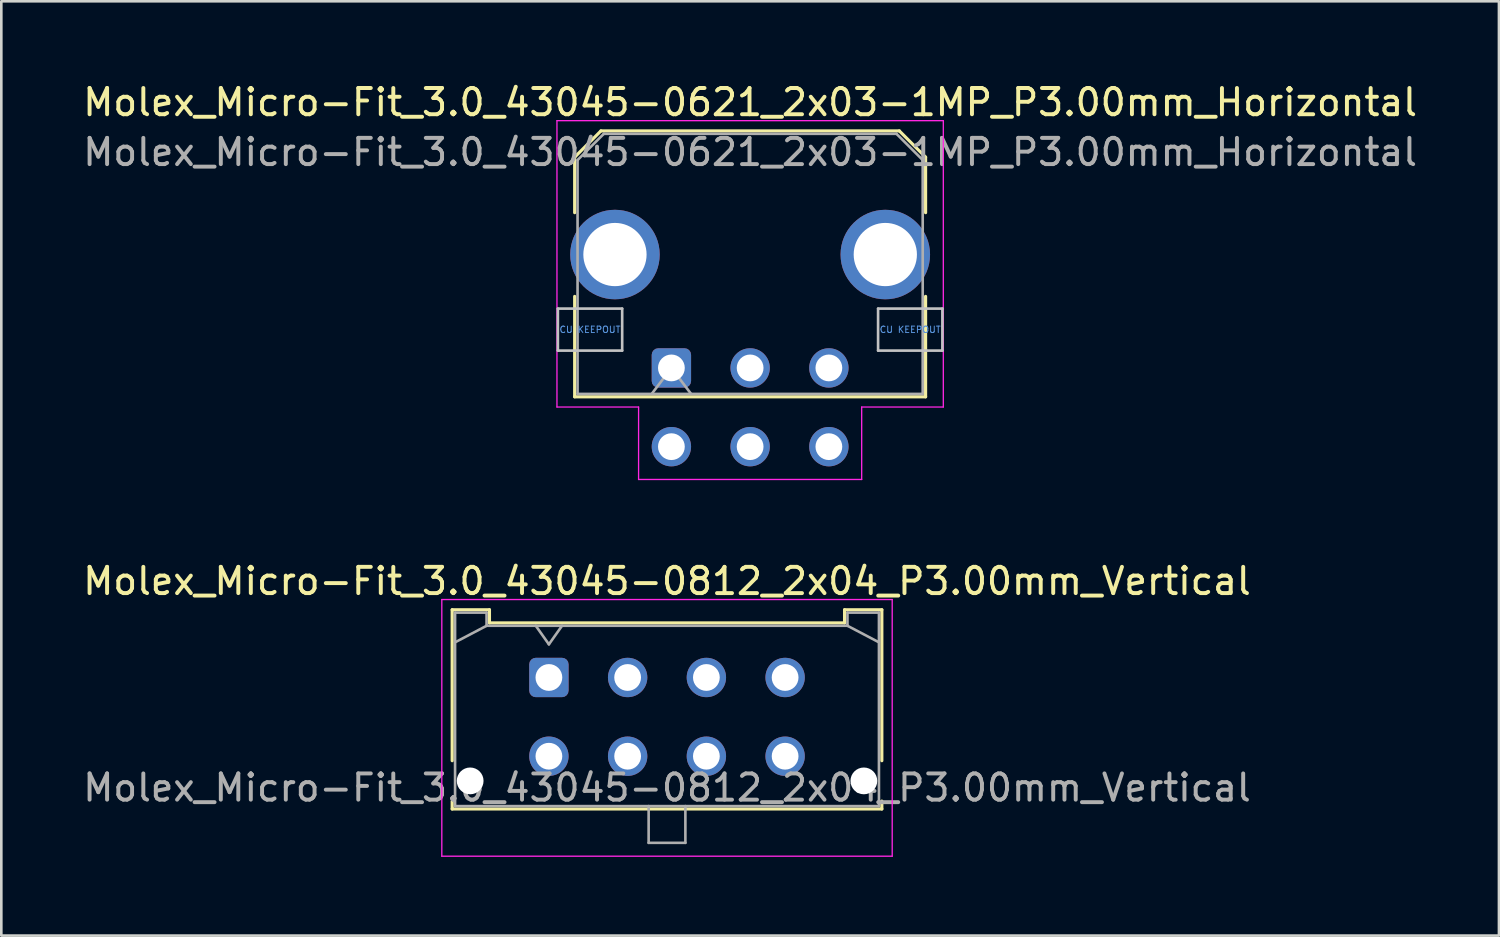
<source format=kicad_pcb>
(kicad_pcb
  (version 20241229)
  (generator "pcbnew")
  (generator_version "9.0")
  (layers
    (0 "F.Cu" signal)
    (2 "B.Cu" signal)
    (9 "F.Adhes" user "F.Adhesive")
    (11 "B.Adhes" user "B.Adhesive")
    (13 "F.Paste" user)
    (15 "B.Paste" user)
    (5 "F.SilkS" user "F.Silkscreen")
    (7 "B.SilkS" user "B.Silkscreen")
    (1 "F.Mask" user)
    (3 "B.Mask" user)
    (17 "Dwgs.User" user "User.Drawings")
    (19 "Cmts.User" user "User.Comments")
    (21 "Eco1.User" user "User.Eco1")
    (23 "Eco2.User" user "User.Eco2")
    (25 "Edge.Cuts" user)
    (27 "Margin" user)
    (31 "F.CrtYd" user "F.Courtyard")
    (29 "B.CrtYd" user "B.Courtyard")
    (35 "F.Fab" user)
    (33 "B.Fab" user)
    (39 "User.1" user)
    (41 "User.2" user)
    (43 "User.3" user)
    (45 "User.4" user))
  (footprint "Molex_Micro-Fit_3.0_43045-0621_2x03-1MP_P3.00mm_Horizontal"
    (layer "F.Cu")
    (at 22.53 10.968)
    (property "Reference" "Molex_Micro-Fit_3.0_43045-0621_2x03-1MP_P3.00mm_Horizontal" (at 3 -10.12 0) (layer "F.SilkS") (effects (font (size 1 1) (thickness 0.15))))
    (attr through_hole)
    (fp_line (start -3.685 -8.03) (end -2.685 -9.03) (stroke (width 0.12) (type solid)) (layer "F.SilkS"))
    (fp_line (start -3.685 -5.915) (end -3.685 -8.03) (stroke (width 0.12) (type solid)) (layer "F.SilkS"))
    (fp_line (start -3.685 -2.725) (end -3.685 1.1) (stroke (width 0.12) (type solid)) (layer "F.SilkS"))
    (fp_line (start -3.685 1.1) (end 9.685 1.1) (stroke (width 0.12) (type solid)) (layer "F.SilkS"))
    (fp_line (start -2.685 -9.03) (end 8.685 -9.03) (stroke (width 0.12) (type solid)) (layer "F.SilkS"))
    (fp_line (start 8.685 -9.03) (end 9.685 -8.03) (stroke (width 0.12) (type solid)) (layer "F.SilkS"))
    (fp_line (start 9.685 -8.03) (end 9.685 -5.915) (stroke (width 0.12) (type solid)) (layer "F.SilkS"))
    (fp_line (start 9.685 1.1) (end 9.685 -2.725) (stroke (width 0.12) (type solid)) (layer "F.SilkS"))
    (fp_line (start -4.325 -2.26) (end -4.325 -0.66) (stroke (width 0.1) (type solid)) (layer "Dwgs.User"))
    (fp_line (start -4.325 -0.66) (end -1.875 -0.66) (stroke (width 0.1) (type solid)) (layer "Dwgs.User"))
    (fp_line (start -1.875 -2.26) (end -4.325 -2.26) (stroke (width 0.1) (type solid)) (layer "Dwgs.User"))
    (fp_line (start -1.875 -0.66) (end -1.875 -2.26) (stroke (width 0.1) (type solid)) (layer "Dwgs.User"))
    (fp_line (start 7.875 -2.26) (end 7.875 -0.66) (stroke (width 0.1) (type solid)) (layer "Dwgs.User"))
    (fp_line (start 7.875 -0.66) (end 10.325 -0.66) (stroke (width 0.1) (type solid)) (layer "Dwgs.User"))
    (fp_line (start 10.325 -2.26) (end 7.875 -2.26) (stroke (width 0.1) (type solid)) (layer "Dwgs.User"))
    (fp_line (start 10.325 -0.66) (end 10.325 -2.26) (stroke (width 0.1) (type solid)) (layer "Dwgs.User"))
    (fp_line (start -4.36 -9.42) (end 10.36 -9.42) (stroke (width 0.05) (type solid)) (layer "F.CrtYd"))
    (fp_line (start -4.36 1.49) (end -4.36 -9.42) (stroke (width 0.05) (type solid)) (layer "F.CrtYd"))
    (fp_line (start -1.25 1.49) (end -4.36 1.49) (stroke (width 0.05) (type solid)) (layer "F.CrtYd"))
    (fp_line (start -1.25 4.25) (end -1.25 1.49) (stroke (width 0.05) (type solid)) (layer "F.CrtYd"))
    (fp_line (start 7.25 1.49) (end 7.25 4.25) (stroke (width 0.05) (type solid)) (layer "F.CrtYd"))
    (fp_line (start 7.25 4.25) (end -1.25 4.25) (stroke (width 0.05) (type solid)) (layer "F.CrtYd"))
    (fp_line (start 10.36 -9.42) (end 10.36 1.49) (stroke (width 0.05) (type solid)) (layer "F.CrtYd"))
    (fp_line (start 10.36 1.49) (end 7.25 1.49) (stroke (width 0.05) (type solid)) (layer "F.CrtYd"))
    (fp_line (start -3.575 -7.92) (end -2.575 -8.92) (stroke (width 0.1) (type solid)) (layer "F.Fab"))
    (fp_line (start -3.575 0.99) (end -3.575 -7.92) (stroke (width 0.1) (type solid)) (layer "F.Fab"))
    (fp_line (start -2.575 -8.92) (end 8.575 -8.92) (stroke (width 0.1) (type solid)) (layer "F.Fab"))
    (fp_line (start -0.75 0.99) (end 0 0) (stroke (width 0.1) (type solid)) (layer "F.Fab"))
    (fp_line (start 0 0) (end 0.75 0.99) (stroke (width 0.1) (type solid)) (layer "F.Fab"))
    (fp_line (start 8.575 -8.92) (end 9.575 -7.92) (stroke (width 0.1) (type solid)) (layer "F.Fab"))
    (fp_line (start 9.575 -7.92) (end 9.575 0.99) (stroke (width 0.1) (type solid)) (layer "F.Fab"))
    (fp_line (start 9.575 0.99) (end -3.575 0.99) (stroke (width 0.1) (type solid)) (layer "F.Fab"))
    (fp_text user "CU KEEPOUT" (at 9.1 -1.46 0) (layer "Cmts.User") (effects (font (size 0.245 0.245) (thickness 0.037))))
    (fp_text user "CU KEEPOUT" (at -3.1 -1.46 0) (layer "Cmts.User") (effects (font (size 0.245 0.245) (thickness 0.037))))
    (fp_text user "${REFERENCE}" (at 3 -8.22 0) (layer "F.Fab") (effects (font (size 1 1) (thickness 0.15))))
    (pad "1" thru_hole roundrect (at 0 0) (size 1.5 1.5) (drill 1.02) (layers "*.Cu" "*.Mask") (roundrect_rratio 0.167))
    (pad "2" thru_hole circle (at 3 0) (size 1.5 1.5) (drill 1.02) (layers "*.Cu" "*.Mask"))
    (pad "3" thru_hole circle (at 6 0) (size 1.5 1.5) (drill 1.02) (layers "*.Cu" "*.Mask"))
    (pad "4" thru_hole circle (at 0 3) (size 1.5 1.5) (drill 1.02) (layers "*.Cu" "*.Mask"))
    (pad "5" thru_hole circle (at 3 3) (size 1.5 1.5) (drill 1.02) (layers "*.Cu" "*.Mask"))
    (pad "6" thru_hole circle (at 6 3) (size 1.5 1.5) (drill 1.02) (layers "*.Cu" "*.Mask"))
    (pad "MP" thru_hole circle (at -2.15 -4.32) (size 3.41 3.41) (drill 2.41) (layers "*.Cu" "*.Mask"))
    (pad "MP" thru_hole circle (at 8.15 -4.32) (size 3.41 3.41) (drill 2.41) (layers "*.Cu" "*.Mask")))
  (footprint "Molex_Micro-Fit_3.0_43045-0812_2x04_P3.00mm_Vertical"
    (layer "F.Cu")
    (at 17.863 22.762)
    (property "Reference" "Molex_Micro-Fit_3.0_43045-0812_2x04_P3.00mm_Vertical" (at 4.5 -3.67 0) (layer "F.SilkS") (effects (font (size 1 1) (thickness 0.15))))
    (attr through_hole)
    (fp_line (start -3.685 -2.58) (end -2.265 -2.58) (stroke (width 0.12) (type solid)) (layer "F.SilkS"))
    (fp_line (start -3.685 3.17) (end -3.685 -2.58) (stroke (width 0.12) (type solid)) (layer "F.SilkS"))
    (fp_line (start -3.685 4.71) (end -3.685 5.01) (stroke (width 0.12) (type solid)) (layer "F.SilkS"))
    (fp_line (start -3.685 5.01) (end 12.685 5.01) (stroke (width 0.12) (type solid)) (layer "F.SilkS"))
    (fp_line (start -2.265 -2.58) (end -2.265 -2.08) (stroke (width 0.12) (type solid)) (layer "F.SilkS"))
    (fp_line (start -2.265 -2.08) (end 11.265 -2.08) (stroke (width 0.12) (type solid)) (layer "F.SilkS"))
    (fp_line (start 11.265 -2.58) (end 12.685 -2.58) (stroke (width 0.12) (type solid)) (layer "F.SilkS"))
    (fp_line (start 11.265 -2.08) (end 11.265 -2.58) (stroke (width 0.12) (type solid)) (layer "F.SilkS"))
    (fp_line (start 12.685 -2.58) (end 12.685 3.17) (stroke (width 0.12) (type solid)) (layer "F.SilkS"))
    (fp_line (start 12.685 5.01) (end 12.685 4.71) (stroke (width 0.12) (type solid)) (layer "F.SilkS"))
    (fp_line (start -4.08 -2.97) (end 13.08 -2.97) (stroke (width 0.05) (type solid)) (layer "F.CrtYd"))
    (fp_line (start -4.08 6.81) (end -4.08 -2.97) (stroke (width 0.05) (type solid)) (layer "F.CrtYd"))
    (fp_line (start 13.08 -2.97) (end 13.08 6.81) (stroke (width 0.05) (type solid)) (layer "F.CrtYd"))
    (fp_line (start 13.08 6.81) (end -4.08 6.81) (stroke (width 0.05) (type solid)) (layer "F.CrtYd"))
    (fp_line (start -3.575 -2.47) (end -3.575 4.9) (stroke (width 0.1) (type solid)) (layer "F.Fab"))
    (fp_line (start -3.575 -1.34) (end -2.375 -1.97) (stroke (width 0.1) (type solid)) (layer "F.Fab"))
    (fp_line (start -3.575 4.9) (end 12.575 4.9) (stroke (width 0.1) (type solid)) (layer "F.Fab"))
    (fp_line (start -2.375 -2.47) (end -3.575 -2.47) (stroke (width 0.1) (type solid)) (layer "F.Fab"))
    (fp_line (start -2.375 -1.97) (end -2.375 -2.47) (stroke (width 0.1) (type solid)) (layer "F.Fab"))
    (fp_line (start -0.5 -1.97) (end 0 -1.263) (stroke (width 0.1) (type solid)) (layer "F.Fab"))
    (fp_line (start 0 -1.263) (end 0.5 -1.97) (stroke (width 0.1) (type solid)) (layer "F.Fab"))
    (fp_line (start 3.8 4.9) (end 3.8 6.3) (stroke (width 0.1) (type solid)) (layer "F.Fab"))
    (fp_line (start 3.8 6.3) (end 5.2 6.3) (stroke (width 0.1) (type solid)) (layer "F.Fab"))
    (fp_line (start 5.2 6.3) (end 5.2 4.9) (stroke (width 0.1) (type solid)) (layer "F.Fab"))
    (fp_line (start 11.375 -2.47) (end 11.375 -1.97) (stroke (width 0.1) (type solid)) (layer "F.Fab"))
    (fp_line (start 11.375 -1.97) (end -2.375 -1.97) (stroke (width 0.1) (type solid)) (layer "F.Fab"))
    (fp_line (start 12.575 -2.47) (end 11.375 -2.47) (stroke (width 0.1) (type solid)) (layer "F.Fab"))
    (fp_line (start 12.575 -1.34) (end 11.375 -1.97) (stroke (width 0.1) (type solid)) (layer "F.Fab"))
    (fp_line (start 12.575 4.9) (end 12.575 -2.47) (stroke (width 0.1) (type solid)) (layer "F.Fab"))
    (fp_text user "${REFERENCE}" (at 4.5 4.2 0) (layer "F.Fab") (effects (font (size 1 1) (thickness 0.15))))
    (pad "" np_thru_hole circle (at -3 3.94) (size 1.02 1.02) (drill 1.02) (layers "*.Cu" "*.Mask"))
    (pad "" np_thru_hole circle (at 12 3.94) (size 1.02 1.02) (drill 1.02) (layers "*.Cu" "*.Mask"))
    (pad "1" thru_hole roundrect (at 0 0) (size 1.5 1.5) (drill 1.02) (layers "*.Cu" "*.Mask") (roundrect_rratio 0.167))
    (pad "2" thru_hole circle (at 3 0) (size 1.5 1.5) (drill 1.02) (layers "*.Cu" "*.Mask"))
    (pad "3" thru_hole circle (at 6 0) (size 1.5 1.5) (drill 1.02) (layers "*.Cu" "*.Mask"))
    (pad "4" thru_hole circle (at 9 0) (size 1.5 1.5) (drill 1.02) (layers "*.Cu" "*.Mask"))
    (pad "5" thru_hole circle (at 0 3) (size 1.5 1.5) (drill 1.02) (layers "*.Cu" "*.Mask"))
    (pad "6" thru_hole circle (at 3 3) (size 1.5 1.5) (drill 1.02) (layers "*.Cu" "*.Mask"))
    (pad "7" thru_hole circle (at 6 3) (size 1.5 1.5) (drill 1.02) (layers "*.Cu" "*.Mask"))
    (pad "8" thru_hole circle (at 9 3) (size 1.5 1.5) (drill 1.02) (layers "*.Cu" "*.Mask")))
  (gr_rect
    (start -3 -3)
    (end 54.06 32.596)
    (stroke (width 0.1) (type default))
    (fill no)
    (layer "Edge.Cuts")))
</source>
